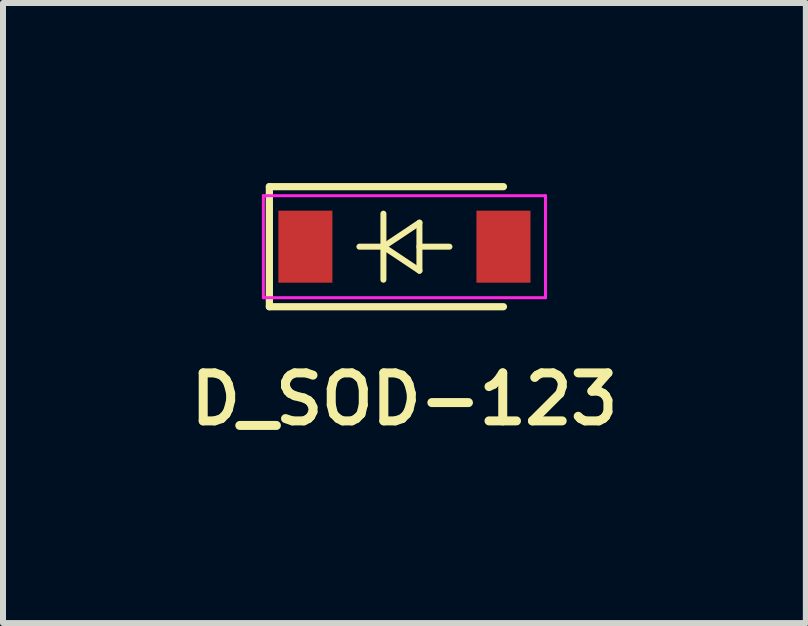
<source format=kicad_pcb>
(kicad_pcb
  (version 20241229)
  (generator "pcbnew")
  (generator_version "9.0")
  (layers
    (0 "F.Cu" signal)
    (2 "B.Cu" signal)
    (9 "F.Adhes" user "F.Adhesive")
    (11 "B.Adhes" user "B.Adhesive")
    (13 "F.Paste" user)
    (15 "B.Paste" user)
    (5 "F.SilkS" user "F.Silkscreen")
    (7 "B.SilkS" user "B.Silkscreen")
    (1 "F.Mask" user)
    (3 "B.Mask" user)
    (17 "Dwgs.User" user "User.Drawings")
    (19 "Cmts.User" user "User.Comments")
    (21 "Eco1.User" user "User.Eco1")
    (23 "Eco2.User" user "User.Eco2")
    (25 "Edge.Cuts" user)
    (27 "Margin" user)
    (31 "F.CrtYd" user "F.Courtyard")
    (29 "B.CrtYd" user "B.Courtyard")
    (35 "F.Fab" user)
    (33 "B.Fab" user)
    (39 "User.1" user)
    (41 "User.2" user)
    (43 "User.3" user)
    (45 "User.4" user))
  (footprint "D_SOD-123"
    (layer "F.Cu")
    (at 3.688 1.06)
    (property "Reference" "D_SOD-123" (at 0 2.54 0) (layer "F.SilkS") (effects (font (size 0.8 0.8) (thickness 0.15))))
    (attr smd)
    (fp_line (start -2.25 -1) (end -2.25 1) (stroke (width 0.12) (type solid)) (layer "F.SilkS"))
    (fp_line (start -2.25 -1) (end 1.65 -1) (stroke (width 0.12) (type solid)) (layer "F.SilkS"))
    (fp_line (start -2.25 1) (end 1.65 1) (stroke (width 0.12) (type solid)) (layer "F.SilkS"))
    (fp_line (start -0.75 0) (end -0.35 0) (stroke (width 0.1) (type solid)) (layer "F.SilkS"))
    (fp_line (start -0.35 0) (end -0.35 -0.55) (stroke (width 0.1) (type solid)) (layer "F.SilkS"))
    (fp_line (start -0.35 0) (end -0.35 0.55) (stroke (width 0.1) (type solid)) (layer "F.SilkS"))
    (fp_line (start -0.35 0) (end 0.25 -0.4) (stroke (width 0.1) (type solid)) (layer "F.SilkS"))
    (fp_line (start 0.25 -0.4) (end 0.25 0.4) (stroke (width 0.1) (type solid)) (layer "F.SilkS"))
    (fp_line (start 0.25 0) (end 0.75 0) (stroke (width 0.1) (type solid)) (layer "F.SilkS"))
    (fp_line (start 0.25 0.4) (end -0.35 0) (stroke (width 0.1) (type solid)) (layer "F.SilkS"))
    (fp_line (start -2.35 -0.85) (end -2.35 0.85) (stroke (width 0.05) (type solid)) (layer "F.CrtYd"))
    (fp_line (start -2.35 -0.85) (end 2.35 -0.85) (stroke (width 0.05) (type solid)) (layer "F.CrtYd"))
    (fp_line (start 2.35 -0.85) (end 2.35 0.85) (stroke (width 0.05) (type solid)) (layer "F.CrtYd"))
    (fp_line (start 2.35 0.85) (end -2.35 0.85) (stroke (width 0.05) (type solid)) (layer "F.CrtYd"))
    (pad "1" smd rect (at -1.65 0) (size 0.9 1.2) (layers "F.Cu" "F.Mask" "F.Paste"))
    (pad "2" smd rect (at 1.65 0) (size 0.9 1.2) (layers "F.Cu" "F.Mask" "F.Paste")))
  (gr_rect
    (start -3 -3)
    (end 10.376 7.331)
    (stroke (width 0.1) (type default))
    (fill no)
    (layer "Edge.Cuts")))
</source>
